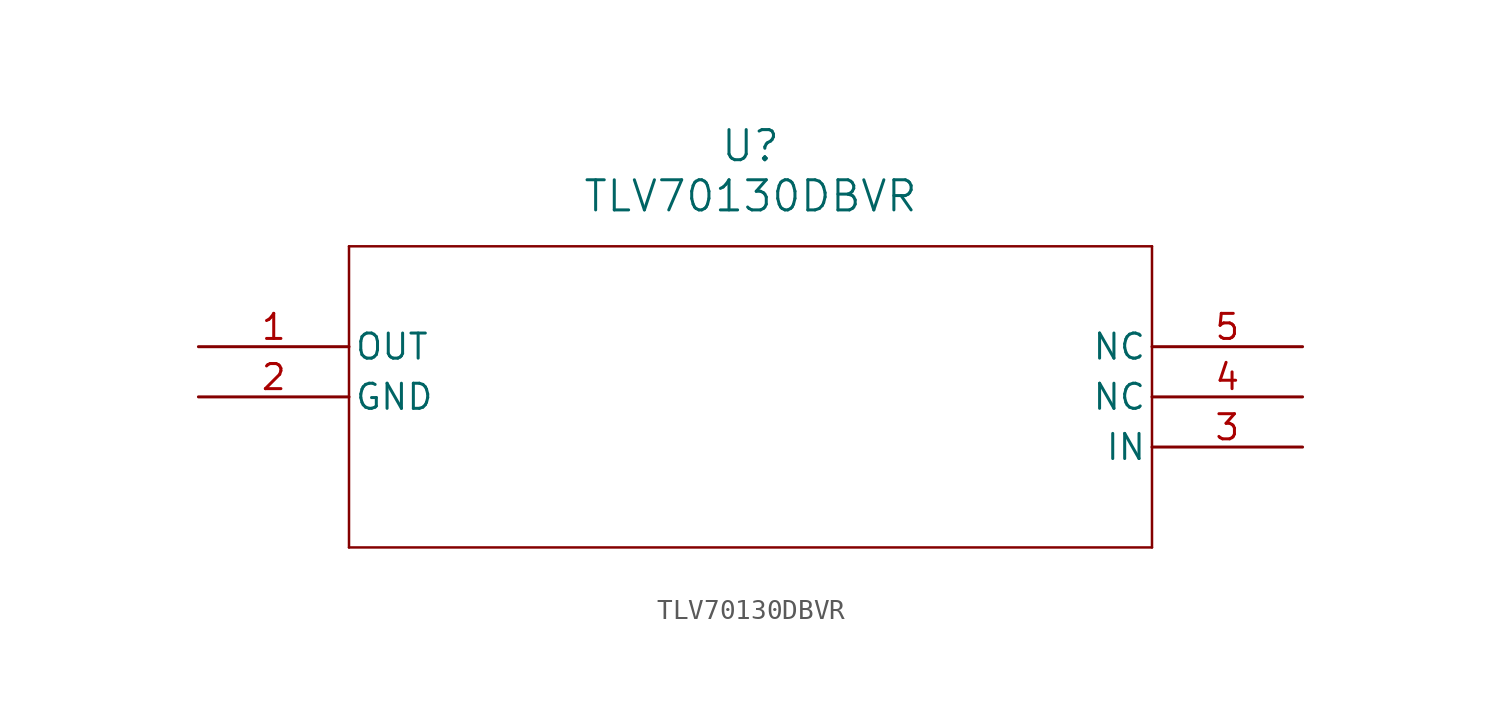
<source format=kicad_sym>
(kicad_symbol_lib
  (version 20211014)
  (generator kicad_symbol_editor)
  (symbol "TLV70130DBVR"
    (pin_names
      (offset 0.254))
    (property "Reference" "U"
      (at 27.94 10.16 0)
      (effects (font (size 1.524 1.524))))
    (property "Value" "TLV70130DBVR"
      (at 27.94 7.62 0)
      (effects (font (size 1.524 1.524))))
    (symbol "TLV70130DBVR_0_1"
      (polyline (pts (xy 7.62 5.08) (xy 7.62 -10.16)) (stroke (width 0.127) (type default) (color 0 0 0 0)) (fill (type none)))
      (polyline (pts (xy 7.62 -10.16) (xy 48.26 -10.16)) (stroke (width 0.127) (type default) (color 0 0 0 0)) (fill (type none)))
      (polyline (pts (xy 48.26 -10.16) (xy 48.26 5.08)) (stroke (width 0.127) (type default) (color 0 0 0 0)) (fill (type none)))
      (polyline (pts (xy 48.26 5.08) (xy 7.62 5.08)) (stroke (width 0.127) (type default) (color 0 0 0 0)) (fill (type none)))
      (pin output line (at 0 0 0) (length 7.62) (name "OUT" (effects (font (size 1.27 1.27)))) (number "1" (effects (font (size 1.27 1.27)))))
      (pin power_in line (at 0 -2.54 0) (length 7.62) (name "GND" (effects (font (size 1.27 1.27)))) (number "2" (effects (font (size 1.27 1.27)))))
      (pin input line (at 55.88 -5.08 180) (length 7.62) (name "IN" (effects (font (size 1.27 1.27)))) (number "3" (effects (font (size 1.27 1.27)))))
      (pin unspecified line (at 55.88 -2.54 180) (length 7.62) (name "NC" (effects (font (size 1.27 1.27)))) (number "4" (effects (font (size 1.27 1.27)))))
      (pin unspecified line (at 55.88 0 180) (length 7.62) (name "NC" (effects (font (size 1.27 1.27)))) (number "5" (effects (font (size 1.27 1.27))))))))
</source>
